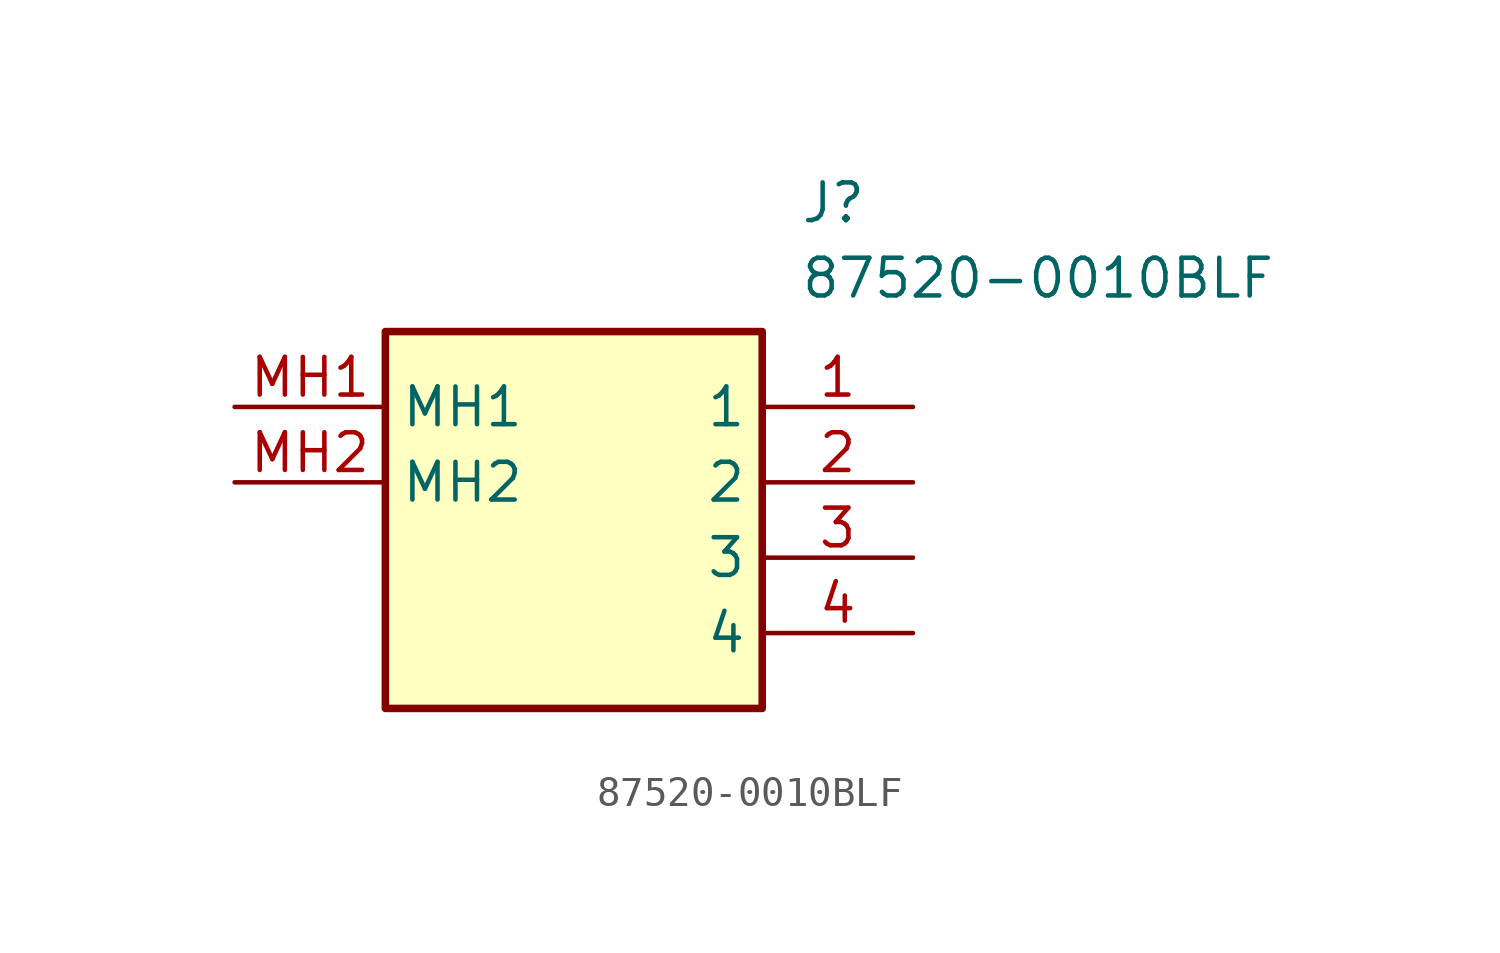
<source format=kicad_sym>
(kicad_symbol_lib
  (version 20211014)
  (generator SamacSys_ECAD_Model)
  (symbol "87520-0010BLF"
    (property "Reference" "J"
      (at 19.05 7.62 0)
      (effects (font (size 1.27 1.27)) (justify left top)))
    (property "Value" "87520-0010BLF"
      (at 19.05 5.08 0)
      (effects (font (size 1.27 1.27)) (justify left top)))
    (rectangle
      (start 5.08 2.54)
      (end 17.78 -10.16)
      (stroke (width 0.254) (type default))
      (fill (type background)))
    (pin passive line
      (at 22.86 0 180)
      (length 5.08)
      (name "1" (effects (font (size 1.27 1.27))))
      (number "1" (effects (font (size 1.27 1.27)))))
    (pin passive line
      (at 22.86 -2.54 180)
      (length 5.08)
      (name "2" (effects (font (size 1.27 1.27))))
      (number "2" (effects (font (size 1.27 1.27)))))
    (pin passive line
      (at 22.86 -5.08 180)
      (length 5.08)
      (name "3" (effects (font (size 1.27 1.27))))
      (number "3" (effects (font (size 1.27 1.27)))))
    (pin passive line
      (at 22.86 -7.62 180)
      (length 5.08)
      (name "4" (effects (font (size 1.27 1.27))))
      (number "4" (effects (font (size 1.27 1.27)))))
    (pin passive line
      (at 0 0 0)
      (length 5.08)
      (name "MH1" (effects (font (size 1.27 1.27))))
      (number "MH1" (effects (font (size 1.27 1.27)))))
    (pin passive line
      (at 0 -2.54 0)
      (length 5.08)
      (name "MH2" (effects (font (size 1.27 1.27))))
      (number "MH2" (effects (font (size 1.27 1.27)))))))
</source>
